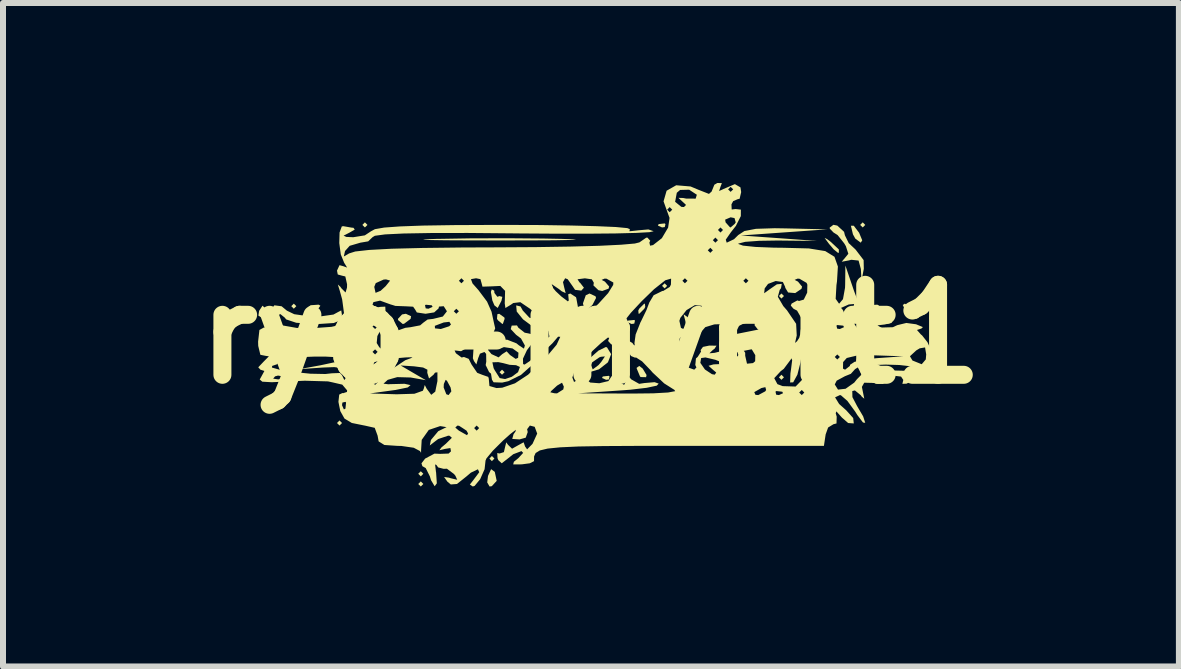
<source format=kicad_pcb>
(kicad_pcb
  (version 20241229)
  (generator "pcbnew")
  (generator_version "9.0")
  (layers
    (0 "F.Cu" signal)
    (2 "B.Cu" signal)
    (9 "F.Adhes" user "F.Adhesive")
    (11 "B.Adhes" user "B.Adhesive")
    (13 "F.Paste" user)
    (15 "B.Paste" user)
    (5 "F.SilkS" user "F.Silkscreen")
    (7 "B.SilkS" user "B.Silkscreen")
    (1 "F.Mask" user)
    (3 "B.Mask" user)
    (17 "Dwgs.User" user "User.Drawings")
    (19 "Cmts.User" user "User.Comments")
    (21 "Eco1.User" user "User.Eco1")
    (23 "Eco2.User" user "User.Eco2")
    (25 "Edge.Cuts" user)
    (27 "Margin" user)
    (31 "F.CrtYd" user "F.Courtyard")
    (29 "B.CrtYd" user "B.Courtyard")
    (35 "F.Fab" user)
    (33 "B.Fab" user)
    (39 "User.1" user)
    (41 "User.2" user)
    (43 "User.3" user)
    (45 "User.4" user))
  (footprint "ryo-invert1"
    (layer "F.Cu")
    (at 6.8 2.519)
    (property "Reference" "ryo-invert1" (at 0 0 0) (layer "F.SilkS") (effects (font (size 1.5 1.5) (thickness 0.3))))
    (attr board_only exclude_from_pos_files exclude_from_bom)
    (fp_poly (pts (xy -4.911 -0.466) (xy -4.953 -0.423) (xy -4.995 -0.466) (xy -4.953 -0.508)) (stroke (width 0) (type solid)) (fill yes) (layer "F.SilkS"))
    (fp_poly (pts (xy -4.149 1.482) (xy -4.191 1.524) (xy -4.233 1.482) (xy -4.191 1.439)) (stroke (width 0) (type solid)) (fill yes) (layer "F.SilkS"))
    (fp_poly (pts (xy -3.725 -1.82) (xy -3.768 -1.778) (xy -3.81 -1.82) (xy -3.768 -1.863)) (stroke (width 0) (type solid)) (fill yes) (layer "F.SilkS"))
    (fp_poly (pts (xy -3.302 -0.212) (xy -3.344 -0.169) (xy -3.387 -0.212) (xy -3.344 -0.254)) (stroke (width 0) (type solid)) (fill yes) (layer "F.SilkS"))
    (fp_poly (pts (xy -2.794 2.328) (xy -2.836 2.371) (xy -2.879 2.328) (xy -2.836 2.286)) (stroke (width 0) (type solid)) (fill yes) (layer "F.SilkS"))
    (fp_poly (pts (xy -2.794 2.498) (xy -2.836 2.54) (xy -2.879 2.498) (xy -2.836 2.455)) (stroke (width 0) (type solid)) (fill yes) (layer "F.SilkS"))
    (fp_poly (pts (xy -1.609 2.074) (xy -1.651 2.117) (xy -1.693 2.074) (xy -1.651 2.032)) (stroke (width 0) (type solid)) (fill yes) (layer "F.SilkS"))
    (fp_poly (pts (xy -1.439 0.635) (xy -1.482 0.677) (xy -1.524 0.635) (xy -1.482 0.593)) (stroke (width 0) (type solid)) (fill yes) (layer "F.SilkS"))
    (fp_poly (pts (xy 1.27 -0.804) (xy 1.228 -0.762) (xy 1.185 -0.804) (xy 1.228 -0.847)) (stroke (width 0) (type solid)) (fill yes) (layer "F.SilkS"))
    (fp_poly (pts (xy 3.217 -0.635) (xy 3.175 -0.593) (xy 3.133 -0.635) (xy 3.175 -0.677)) (stroke (width 0) (type solid)) (fill yes) (layer "F.SilkS"))
    (fp_poly (pts (xy 3.217 0.72) (xy 3.175 0.762) (xy 3.133 0.72) (xy 3.175 0.677)) (stroke (width 0) (type solid)) (fill yes) (layer "F.SilkS"))
    (fp_poly (pts (xy 4.572 -1.82) (xy 4.53 -1.778) (xy 4.487 -1.82) (xy 4.53 -1.863)) (stroke (width 0) (type solid)) (fill yes) (layer "F.SilkS"))
    (fp_poly (pts (xy 5.927 0.381) (xy 5.884 0.423) (xy 5.842 0.381) (xy 5.884 0.339)) (stroke (width 0) (type solid)) (fill yes) (layer "F.SilkS"))
    (fp_poly (pts (xy -4.939 0.452) (xy -4.951 0.502) (xy -4.995 0.508) (xy -5.065 0.477) (xy -5.052 0.452) (xy -4.951 0.441)) (stroke (width 0) (type solid)) (fill yes) (layer "F.SilkS"))
    (fp_poly (pts (xy -4.51 -0.474) (xy -4.536 -0.436) (xy -4.621 -0.43) (xy -4.712 -0.451) (xy -4.673 -0.481) (xy -4.54 -0.491)) (stroke (width 0) (type solid)) (fill yes) (layer "F.SilkS"))
    (fp_poly (pts (xy -3.415 0.536) (xy -3.427 0.587) (xy -3.471 0.593) (xy -3.541 0.562) (xy -3.528 0.536) (xy -3.427 0.526)) (stroke (width 0) (type solid)) (fill yes) (layer "F.SilkS"))
    (fp_poly (pts (xy 0.31 0.706) (xy 0.299 0.756) (xy 0.254 0.762) (xy 0.184 0.731) (xy 0.198 0.706) (xy 0.298 0.695)) (stroke (width 0) (type solid)) (fill yes) (layer "F.SilkS"))
    (fp_poly (pts (xy 0.734 -0.226) (xy 0.722 -0.175) (xy 0.677 -0.169) (xy 0.608 -0.2) (xy 0.621 -0.226) (xy 0.721 -0.236)) (stroke (width 0) (type solid)) (fill yes) (layer "F.SilkS"))
    (fp_poly (pts (xy 1.242 -1.834) (xy 1.23 -1.784) (xy 1.185 -1.778) (xy 1.116 -1.809) (xy 1.129 -1.834) (xy 1.229 -1.845)) (stroke (width 0) (type solid)) (fill yes) (layer "F.SilkS"))
    (fp_poly (pts (xy 4.803 -0.474) (xy 4.778 -0.436) (xy 4.692 -0.43) (xy 4.602 -0.451) (xy 4.641 -0.481) (xy 4.773 -0.491)) (stroke (width 0) (type solid)) (fill yes) (layer "F.SilkS"))
    (fp_poly (pts (xy -1.603 2.296) (xy -1.571 2.446) (xy -1.653 2.535) (xy -1.69 2.54) (xy -1.729 2.472) (xy -1.716 2.364) (xy -1.664 2.251)) (stroke (width 0) (type solid)) (fill yes) (layer "F.SilkS"))
    (fp_poly (pts (xy 2.704 -0.014) (xy 2.74 0.043) (xy 2.772 0.152) (xy 2.714 0.141) (xy 2.637 0.094) (xy 2.575 0.007) (xy 2.607 -0.031)) (stroke (width 0) (type solid)) (fill yes) (layer "F.SilkS"))
    (fp_poly (pts (xy 4.47 -1.689) (xy 4.522 -1.563) (xy 4.497 -1.524) (xy 4.406 -1.592) (xy 4.367 -1.663) (xy 4.333 -1.806) (xy 4.38 -1.807)) (stroke (width 0) (type solid)) (fill yes) (layer "F.SilkS"))
    (fp_poly (pts (xy -2.998 -0.298) (xy -3.006 -0.254) (xy -3.114 -0.173) (xy -3.138 -0.169) (xy -3.215 -0.234) (xy -3.217 -0.254) (xy -3.148 -0.328) (xy -3.085 -0.339)) (stroke (width 0) (type solid)) (fill yes) (layer "F.SilkS"))
    (fp_poly (pts (xy -1.443 -0.277) (xy -1.439 -0.254) (xy -1.468 -0.172) (xy -1.477 -0.169) (xy -1.549 -0.229) (xy -1.566 -0.254) (xy -1.56 -0.332) (xy -1.529 -0.339)) (stroke (width 0) (type solid)) (fill yes) (layer "F.SilkS"))
    (fp_poly (pts (xy 0.076 -0.631) (xy 0.085 -0.603) (xy 0.027 -0.49) (xy -0.024 -0.438) (xy -0.11 -0.404) (xy -0.133 -0.513) (xy -0.086 -0.648) (xy -0.024 -0.677)) (stroke (width 0) (type solid)) (fill yes) (layer "F.SilkS"))
    (fp_poly (pts (xy 0.862 0.574) (xy 0.927 0.682) (xy 0.919 0.718) (xy 0.83 0.716) (xy 0.818 0.706) (xy 0.763 0.575) (xy 0.762 0.562) (xy 0.805 0.53)) (stroke (width 0) (type solid)) (fill yes) (layer "F.SilkS"))
    (fp_poly (pts (xy 0.905 -0.453) (xy 0.889 -0.423) (xy 0.809 -0.342) (xy 0.794 -0.339) (xy 0.789 -0.393) (xy 0.804 -0.423) (xy 0.884 -0.504) (xy 0.899 -0.508)) (stroke (width 0) (type solid)) (fill yes) (layer "F.SilkS"))
    (fp_poly (pts (xy 3.939 -1.582) (xy 4 -1.535) (xy 4.132 -1.411) (xy 4.132 -1.356) (xy 4.117 -1.355) (xy 4.046 -1.413) (xy 3.969 -1.503) (xy 3.895 -1.603)) (stroke (width 0) (type solid)) (fill yes) (layer "F.SilkS"))
    (fp_poly (pts (xy 5.871 0.656) (xy 5.874 0.715) (xy 5.788 0.795) (xy 5.665 0.818) (xy 5.59 0.772) (xy 5.588 0.758) (xy 5.658 0.69) (xy 5.751 0.654)) (stroke (width 0) (type solid)) (fill yes) (layer "F.SilkS"))
    (fp_poly (pts (xy 5.874 -0.409) (xy 5.809 -0.289) (xy 5.795 -0.276) (xy 5.681 -0.222) (xy 5.636 -0.245) (xy 5.652 -0.353) (xy 5.708 -0.418) (xy 5.83 -0.469)) (stroke (width 0) (type solid)) (fill yes) (layer "F.SilkS"))
    (fp_poly (pts (xy -1.612 -0.724) (xy -1.609 -0.686) (xy -1.56 -0.622) (xy -1.525 -0.634) (xy -1.477 -0.621) (xy -1.492 -0.555) (xy -1.554 -0.436) (xy -1.609 -0.479) (xy -1.644 -0.562) (xy -1.668 -0.703) (xy -1.653 -0.746)) (stroke (width 0) (type solid)) (fill yes) (layer "F.SilkS"))
    (fp_poly (pts (xy 5.901 -0.153) (xy 5.893 -0.043) (xy 5.85 0.144) (xy 5.8 0.233) (xy 5.768 0.237) (xy 5.787 0.198) (xy 5.777 0.089) (xy 5.737 0.064) (xy 5.688 0.003) (xy 5.774 -0.113) (xy 5.876 -0.201)) (stroke (width 0) (type solid)) (fill yes) (layer "F.SilkS"))
    (fp_poly (pts (xy 5.547 -0.446) (xy 5.534 -0.381) (xy 5.457 -0.269) (xy 5.42 -0.254) (xy 5.318 -0.312) (xy 5.249 -0.381) (xy 5.197 -0.485) (xy 5.232 -0.508) (xy 5.34 -0.442) (xy 5.363 -0.402) (xy 5.401 -0.34) (xy 5.412 -0.402) (xy 5.47 -0.501) (xy 5.501 -0.508)) (stroke (width 0) (type solid)) (fill yes) (layer "F.SilkS"))
    (fp_poly (pts (xy -0.793 -1.593) (xy -0.487 -1.587) (xy -0.288 -1.58) (xy -0.248 -1.574) (xy -0.358 -1.569) (xy -0.608 -1.564) (xy -0.988 -1.562) (xy -1.489 -1.561) (xy -1.524 -1.561) (xy -2.032 -1.562) (xy -2.42 -1.564) (xy -2.678 -1.568) (xy -2.798 -1.574) (xy -2.767 -1.58) (xy -2.578 -1.587) (xy -2.561 -1.587) (xy -2.015 -1.596) (xy -1.395 -1.598)) (stroke (width 0) (type solid)) (fill yes) (layer "F.SilkS"))
    (fp_poly (pts (xy 0.267 0.22) (xy 0.337 0.334) (xy 0.283 0.47) (xy 0.134 0.587) (xy -0.042 0.639) (xy -0.273 0.665) (xy -0.132 0.517) (xy 0 0.517) (xy 0.03 0.588) (xy 0.126 0.516) (xy 0.171 0.464) (xy 0.233 0.372) (xy 0.166 0.378) (xy 0.139 0.388) (xy 0.02 0.471) (xy 0 0.517) (xy -0.132 0.517) (xy -0.039 0.42) (xy 0.124 0.276) (xy 0.246 0.216)) (stroke (width 0) (type solid)) (fill yes) (layer "F.SilkS"))
    (fp_poly (pts (xy 4.106 -1.809) (xy 4.219 -1.705) (xy 4.233 -1.647) (xy 4.297 -1.516) (xy 4.41 -1.41) (xy 4.545 -1.234) (xy 4.548 -1.088) (xy 4.51 -0.889) (xy 4.499 -1.085) (xy 4.461 -1.226) (xy 4.34 -1.239) (xy 4.297 -1.228) (xy 4.18 -1.206) (xy 4.217 -1.251) (xy 4.22 -1.253) (xy 4.29 -1.339) (xy 4.249 -1.466) (xy 4.221 -1.513) (xy 4.112 -1.65) (xy 4.044 -1.693) (xy 3.981 -1.758) (xy 3.979 -1.775) (xy 4.041 -1.822)) (stroke (width 0) (type solid)) (fill yes) (layer "F.SilkS"))
    (fp_poly (pts (xy -1.209 -0.106) (xy -1.105 -0.024) (xy -0.945 0.01) (xy -0.827 0.027) (xy -0.854 0.055) (xy -0.856 0.056) (xy -0.964 0.132) (xy -1.067 0.268) (xy -1.133 0.409) (xy -1.131 0.499) (xy -1.106 0.508) (xy -1.009 0.442) (xy -0.987 0.402) (xy -0.947 0.356) (xy -0.938 0.389) (xy -1 0.532) (xy -1.166 0.68) (xy -1.378 0.785) (xy -1.48 0.808) (xy -1.623 0.803) (xy -1.65 0.76) (xy -1.666 0.659) (xy -1.698 0.632) (xy -1.755 0.516) (xy -1.747 0.47) (xy -1.643 0.47) (xy -1.622 0.568) (xy -1.605 0.6) (xy -1.521 0.733) (xy -1.431 0.749) (xy -1.319 0.711) (xy -1.215 0.634) (xy -1.184 0.548) (xy -1.248 0.518) (xy -1.249 0.518) (xy -1.355 0.512) (xy -1.465 0.483) (xy -1.544 0.467) (xy -1.643 0.47) (xy -1.747 0.47) (xy -1.745 0.46) (xy -1.747 0.33) (xy -1.775 0.298) (xy -1.85 0.326) (xy -1.88 0.401) (xy -1.91 0.505) (xy -1.95 0.449) (xy -1.968 0.403) (xy -1.958 0.251) (xy -1.849 0.162) (xy -1.735 0.119) (xy -1.725 0.151) (xy -1.713 0.267) (xy -1.658 0.333) (xy -1.54 0.388) (xy -1.479 0.334) (xy -1.405 0.287) (xy -1.349 0.348) (xy -1.255 0.413) (xy -1.214 0.395) (xy -1.208 0.31) (xy -1.307 0.239) (xy -1.448 0.217) (xy -1.495 0.229) (xy -1.595 0.217) (xy -1.609 0.178) (xy -1.544 0.1) (xy -1.397 0.093) (xy -1.241 0.154) (xy -1.202 0.186) (xy -1.117 0.242) (xy -1.101 0.19) (xy -1.166 0.073) (xy -1.248 0.011) (xy -1.337 -0.084) (xy -1.321 -0.142) (xy -1.233 -0.145)) (stroke (width 0) (type solid)) (fill yes) (layer "F.SilkS"))
    (fp_poly (pts (xy 2.182 -2.517) (xy 2.158 -2.453) (xy 2.136 -2.385) (xy 2.197 -2.413) (xy 2.286 -2.413) (xy 2.328 -2.371) (xy 2.371 -2.413) (xy 2.328 -2.455) (xy 2.286 -2.413) (xy 2.197 -2.413) (xy 2.209 -2.419) (xy 2.399 -2.5) (xy 2.492 -2.446) (xy 2.504 -2.367) (xy 2.478 -2.256) (xy 2.446 -2.249) (xy 2.371 -2.217) (xy 2.342 -2.163) (xy 2.346 -2.077) (xy 2.411 -2.085) (xy 2.499 -2.075) (xy 2.498 -1.967) (xy 2.416 -1.804) (xy 2.332 -1.697) (xy 2.247 -1.574) (xy 2.263 -1.524) (xy 2.385 -1.582) (xy 2.455 -1.651) (xy 2.558 -1.718) (xy 2.75 -1.755) (xy 3.063 -1.765) (xy 3.249 -1.762) (xy 3.937 -1.746) (xy 3.217 -1.695) (xy 2.498 -1.644) (xy 3.133 -1.599) (xy 3.768 -1.553) (xy 3.111 -1.56) (xy 2.802 -1.555) (xy 2.571 -1.538) (xy 2.46 -1.51) (xy 2.455 -1.503) (xy 2.534 -1.475) (xy 2.743 -1.453) (xy 3.047 -1.441) (xy 3.214 -1.439) (xy 3.632 -1.428) (xy 3.905 -1.384) (xy 4.059 -1.289) (xy 4.116 -1.127) (xy 4.101 -0.879) (xy 4.092 -0.816) (xy 4.079 -0.588) (xy 4.135 -0.508) (xy 4.138 -0.508) (xy 4.201 -0.583) (xy 4.235 -0.772) (xy 4.237 -0.826) (xy 4.241 -1.143) (xy 4.385 -0.72) (xy 4.479 -0.472) (xy 4.565 -0.35) (xy 4.677 -0.315) (xy 4.756 -0.32) (xy 4.942 -0.308) (xy 5.036 -0.256) (xy 5.009 -0.186) (xy 4.894 -0.16) (xy 4.776 -0.146) (xy 4.82 -0.119) (xy 4.851 -0.11) (xy 5.033 -0.115) (xy 5.105 -0.149) (xy 5.257 -0.186) (xy 5.419 -0.164) (xy 5.533 -0.117) (xy 5.508 -0.093) (xy 5.434 -0.069) (xy 5.5 0.006) (xy 5.519 0.021) (xy 5.609 0.135) (xy 5.684 0.296) (xy 5.729 0.453) (xy 5.728 0.553) (xy 5.682 0.556) (xy 5.574 0.574) (xy 5.488 0.655) (xy 5.378 0.762) (xy 5.262 0.826) (xy 5.191 0.829) (xy 5.206 0.764) (xy 5.169 0.708) (xy 4.982 0.685) (xy 4.894 0.686) (xy 4.683 0.695) (xy 4.624 0.715) (xy 4.701 0.754) (xy 4.741 0.769) (xy 4.883 0.821) (xy 4.867 0.831) (xy 4.718 0.814) (xy 4.555 0.81) (xy 4.516 0.88) (xy 4.533 0.964) (xy 4.556 1.077) (xy 4.513 1.041) (xy 4.497 1.018) (xy 4.4 0.939) (xy 4.356 0.949) (xy 4.358 1.05) (xy 4.436 1.199) (xy 4.537 1.371) (xy 4.572 1.479) (xy 4.534 1.473) (xy 4.441 1.35) (xy 4.404 1.291) (xy 4.274 1.113) (xy 4.167 1.02) (xy 4.15 1.016) (xy 4.069 1.054) (xy 4.137 1.165) (xy 4.255 1.27) (xy 4.371 1.399) (xy 4.381 1.489) (xy 4.287 1.482) (xy 4.183 1.391) (xy 4.091 1.288) (xy 4.08 1.319) (xy 4.096 1.375) (xy 4.093 1.489) (xy 4.042 1.502) (xy 3.953 1.557) (xy 3.912 1.672) (xy 3.883 1.863) (xy 1.476 1.863) (xy 0.77 1.863) (xy 0.215 1.866) (xy -0.207 1.873) (xy -0.513 1.887) (xy -0.722 1.908) (xy -0.852 1.939) (xy -0.922 1.982) (xy -0.948 2.039) (xy -0.949 2.111) (xy -0.948 2.117) (xy -1.019 2.153) (xy -1.154 2.171) (xy -1.296 2.172) (xy -1.285 2.128) (xy -1.211 2.068) (xy -1.13 1.98) (xy -1.158 1.95) (xy -1.295 2.002) (xy -1.383 2.072) (xy -1.487 2.153) (xy -1.544 2.101) (xy -1.557 2.068) (xy -1.562 1.982) (xy -1.523 1.99) (xy -1.451 1.967) (xy -1.433 1.889) (xy -1.412 1.804) (xy -1.382 1.845) (xy -1.315 1.91) (xy -1.219 1.856) (xy -1.122 1.803) (xy -1.098 1.873) (xy -1.064 1.921) (xy -0.974 1.829) (xy -0.896 1.658) (xy -0.938 1.545) (xy -1.018 1.524) (xy -1.064 1.585) (xy -1.054 1.633) (xy -1.087 1.726) (xy -1.19 1.755) (xy -1.312 1.747) (xy -1.29 1.668) (xy -1.259 1.625) (xy -1.251 1.594) (xy -1.343 1.665) (xy -1.46 1.769) (xy -1.636 1.944) (xy -1.742 2.072) (xy -1.757 2.108) (xy -1.773 2.252) (xy -1.847 2.419) (xy -1.939 2.53) (xy -1.97 2.54) (xy -2.018 2.507) (xy -1.964 2.438) (xy -1.862 2.302) (xy -1.884 2.253) (xy -2.001 2.309) (xy -2.075 2.372) (xy -2.233 2.498) (xy -2.336 2.506) (xy -2.393 2.459) (xy -2.448 2.381) (xy -2.366 2.393) (xy -2.338 2.402) (xy -2.229 2.428) (xy -2.259 2.361) (xy -2.284 2.331) (xy -2.4 2.244) (xy -2.458 2.245) (xy -2.547 2.222) (xy -2.576 2.181) (xy -2.598 2.172) (xy -2.583 2.299) (xy -2.581 2.307) (xy -2.569 2.487) (xy -2.605 2.536) (xy -2.665 2.436) (xy -2.685 2.371) (xy -2.754 2.233) (xy -2.81 2.201) (xy -2.825 2.154) (xy -2.764 2.075) (xy -2.608 1.992) (xy -2.513 1.996) (xy -2.373 1.991) (xy -2.333 1.954) (xy -2.343 1.899) (xy -2.43 1.913) (xy -2.526 1.936) (xy -2.492 1.889) (xy -2.418 1.827) (xy -2.318 1.728) (xy -2.358 1.694) (xy -2.38 1.693) (xy -2.547 1.749) (xy -2.613 1.799) (xy -2.686 1.856) (xy -2.669 1.772) (xy -2.665 1.762) (xy -2.545 1.618) (xy -2.469 1.581) (xy -2.422 1.558) (xy -2.261 1.558) (xy -2.201 1.609) (xy -2.066 1.685) (xy -2.048 1.656) (xy -2.074 1.609) (xy -2.139 1.566) (xy -1.947 1.566) (xy -1.905 1.609) (xy -1.863 1.566) (xy -1.905 1.524) (xy -1.947 1.566) (xy -2.139 1.566) (xy -2.198 1.528) (xy -2.227 1.525) (xy -2.261 1.558) (xy -2.422 1.558) (xy -2.406 1.551) (xy -2.507 1.534) (xy -2.516 1.534) (xy -2.703 1.597) (xy -2.821 1.763) (xy -2.831 1.928) (xy -2.832 1.978) (xy -2.85 1.949) (xy -2.954 1.894) (xy -3.161 1.864) (xy -3.224 1.863) (xy -3.443 1.848) (xy -3.539 1.788) (xy -3.556 1.693) (xy -3.604 1.562) (xy -3.772 1.524) (xy -3.774 1.524) (xy -3.986 1.481) (xy -4.108 1.408) (xy -4.178 1.283) (xy -4.198 1.185) (xy -4.149 1.185) (xy -4.118 1.255) (xy -4.092 1.242) (xy -4.082 1.141) (xy -4.092 1.129) (xy -4.143 1.141) (xy -4.149 1.185) (xy -4.198 1.185) (xy -4.209 1.129) (xy -4.196 1.008) (xy -4.157 0.989) (xy -3.683 0.989) (xy -3.239 1.003) (xy -2.942 0.994) (xy -2.802 0.944) (xy -2.787 0.91) (xy -2.77 0.848) (xy -2.738 0.91) (xy -2.662 1.012) (xy -2.595 0.959) (xy -2.581 0.889) (xy -2.455 0.889) (xy -2.411 1.002) (xy -2.373 1.016) (xy -2.339 0.97) (xy -0.677 0.97) (xy -0.609 0.986) (xy -0.564 0.988) (xy -0.564 0.987) (xy -0.212 0.987) (xy 0.677 0.991) (xy 1.039 0.987) (xy 1.288 0.973) (xy 1.319 0.967) (xy 2.722 0.967) (xy 2.742 1.012) (xy 2.789 1.016) (xy 2.894 0.96) (xy 3.076 0.96) (xy 3.088 1.01) (xy 3.133 1.016) (xy 3.202 0.985) (xy 3.196 0.974) (xy 3.471 0.974) (xy 3.514 1.016) (xy 3.556 0.974) (xy 3.514 0.931) (xy 3.471 0.974) (xy 3.196 0.974) (xy 3.189 0.96) (xy 3.089 0.949) (xy 3.076 0.96) (xy 2.894 0.96) (xy 2.904 0.955) (xy 2.92 0.932) (xy 2.907 0.884) (xy 2.841 0.899) (xy 2.722 0.967) (xy 1.319 0.967) (xy 1.404 0.951) (xy 1.39 0.929) (xy 1.22 0.821) (xy 1.128 0.734) (xy 3.055 0.734) (xy 3.108 0.834) (xy 3.196 0.867) (xy 3.411 0.874) (xy 3.445 0.839) (xy 4.064 0.839) (xy 4.118 0.925) (xy 4.244 0.911) (xy 4.388 0.809) (xy 4.433 0.753) (xy 4.538 0.646) (xy 4.69 0.601) (xy 4.945 0.602) (xy 4.988 0.605) (xy 5.232 0.611) (xy 5.388 0.593) (xy 5.419 0.572) (xy 5.342 0.538) (xy 5.142 0.515) (xy 4.911 0.508) (xy 4.643 0.519) (xy 4.459 0.549) (xy 4.403 0.583) (xy 4.332 0.662) (xy 4.233 0.702) (xy 4.096 0.776) (xy 4.064 0.839) (xy 3.445 0.839) (xy 3.52 0.761) (xy 3.538 0.575) (xy 4.201 0.575) (xy 4.236 0.593) (xy 4.316 0.53) (xy 4.318 0.512) (xy 4.394 0.462) (xy 4.591 0.419) (xy 4.763 0.401) (xy 5.207 0.37) (xy 5.177 0.369) (xy 5.317 0.369) (xy 5.359 0.44) (xy 5.513 0.502) (xy 5.581 0.422) (xy 5.588 0.338) (xy 5.569 0.222) (xy 5.48 0.237) (xy 5.422 0.272) (xy 5.317 0.369) (xy 5.177 0.369) (xy 4.729 0.354) (xy 4.43 0.358) (xy 4.264 0.398) (xy 4.203 0.466) (xy 4.201 0.575) (xy 3.538 0.575) (xy 3.543 0.52) (xy 3.536 0.381) (xy 4.064 0.381) (xy 4.106 0.423) (xy 4.149 0.381) (xy 4.106 0.339) (xy 4.064 0.381) (xy 3.536 0.381) (xy 3.533 0.332) (xy 3.521 0.305) (xy 3.499 0.431) (xy 3.494 0.466) (xy 3.441 0.676) (xy 3.371 0.804) (xy 3.32 0.806) (xy 3.325 0.655) (xy 3.334 0.593) (xy 3.354 0.434) (xy 3.341 0.403) (xy 3.331 0.423) (xy 3.214 0.579) (xy 3.163 0.618) (xy 3.055 0.734) (xy 1.128 0.734) (xy 1.029 0.642) (xy 0.997 0.605) (xy 0.852 0.454) (xy 0.751 0.389) (xy 0.736 0.393) (xy 0.668 0.365) (xy 0.654 0.344) (xy 1.397 0.344) (xy 1.476 0.448) (xy 1.612 0.553) (xy 1.722 0.593) (xy 1.758 0.556) (xy 1.739 0.514) (xy 1.743 0.479) (xy 1.823 0.479) (xy 1.9 0.59) (xy 2.017 0.668) (xy 2.064 0.676) (xy 2.088 0.64) (xy 2.032 0.593) (xy 1.969 0.536) (xy 2.314 0.536) (xy 2.326 0.587) (xy 2.371 0.593) (xy 2.44 0.562) (xy 2.427 0.536) (xy 2.327 0.526) (xy 2.314 0.536) (xy 1.969 0.536) (xy 1.96 0.528) (xy 2.042 0.505) (xy 2.074 0.503) (xy 2.244 0.496) (xy 2.074 0.428) (xy 1.909 0.389) (xy 1.837 0.399) (xy 1.823 0.479) (xy 1.743 0.479) (xy 1.75 0.405) (xy 1.778 0.381) (xy 1.805 0.339) (xy 2.328 0.339) (xy 2.335 0.417) (xy 2.366 0.423) (xy 2.452 0.362) (xy 2.455 0.339) (xy 2.426 0.256) (xy 2.418 0.254) (xy 2.346 0.313) (xy 2.328 0.339) (xy 1.805 0.339) (xy 1.835 0.291) (xy 1.828 0.266) (xy 1.867 0.213) (xy 1.973 0.191) (xy 2.093 0.193) (xy 2.06 0.244) (xy 2.031 0.265) (xy 1.974 0.32) (xy 2.061 0.312) (xy 2.117 0.298) (xy 2.383 0.239) (xy 2.524 0.242) (xy 2.571 0.311) (xy 2.571 0.36) (xy 2.601 0.493) (xy 2.701 0.483) (xy 2.737 0.452) (xy 2.739 0.351) (xy 2.697 0.281) (xy 2.648 0.2) (xy 2.734 0.216) (xy 2.735 0.217) (xy 2.838 0.214) (xy 2.856 0.092) (xy 2.818 -0.05) (xy 2.776 -0.085) (xy 2.727 -0.148) (xy 2.731 -0.18) (xy 2.683 -0.284) (xy 2.625 -0.313) (xy 2.541 -0.332) (xy 2.598 -0.281) (xy 2.625 -0.262) (xy 2.661 -0.208) (xy 2.567 -0.18) (xy 2.322 -0.171) (xy 2.317 -0.171) (xy 2.056 -0.162) (xy 1.906 -0.116) (xy 1.809 -0.005) (xy 1.741 0.127) (xy 1.645 0.316) (xy 1.58 0.418) (xy 1.572 0.423) (xy 1.54 0.362) (xy 1.576 0.218) (xy 1.658 0.056) (xy 1.72 -0.023) (xy 1.82 -0.165) (xy 1.787 -0.284) (xy 1.773 -0.302) (xy 1.716 -0.4) (xy 1.782 -0.423) (xy 1.852 -0.452) (xy 1.841 -0.473) (xy 1.732 -0.483) (xy 1.593 -0.4) (xy 1.49 -0.271) (xy 1.474 -0.221) (xy 1.5 -0.104) (xy 1.541 -0.085) (xy 1.587 -0.148) (xy 1.57 -0.233) (xy 1.544 -0.33) (xy 1.608 -0.286) (xy 1.625 -0.269) (xy 1.686 -0.165) (xy 1.608 -0.064) (xy 1.579 -0.042) (xy 1.476 0.078) (xy 1.474 0.156) (xy 1.461 0.254) (xy 1.429 0.272) (xy 1.397 0.344) (xy 0.654 0.344) (xy 0.597 0.261) (xy 0.551 0.125) (xy 0.583 0.085) (xy 0.692 0.148) (xy 0.706 0.171) (xy 0.731 0.191) (xy 0.725 0.15) (xy 0.728 0.127) (xy 1.27 0.127) (xy 1.312 0.169) (xy 1.355 0.127) (xy 1.312 0.085) (xy 1.27 0.127) (xy 0.728 0.127) (xy 0.745 0.006) (xy 0.826 -0.198) (xy 0.834 -0.212) (xy 0.925 -0.4) (xy 0.969 -0.517) (xy 0.97 -0.522) (xy 1.045 -0.648) (xy 1.113 -0.681) (xy 2.887 -0.681) (xy 2.964 -0.736) (xy 2.97 -0.741) (xy 3.099 -0.83) (xy 3.18 -0.837) (xy 3.168 -0.765) (xy 3.146 -0.736) (xy 3.115 -0.623) (xy 3.206 -0.467) (xy 3.268 -0.396) (xy 3.42 -0.172) (xy 3.43 0.023) (xy 3.402 0.147) (xy 3.435 0.119) (xy 3.472 0.062) (xy 3.527 -0.141) (xy 3.527 -0.141) (xy 4.092 -0.141) (xy 4.104 -0.091) (xy 4.149 -0.085) (xy 4.218 -0.116) (xy 4.205 -0.141) (xy 4.105 -0.151) (xy 4.092 -0.141) (xy 3.527 -0.141) (xy 3.513 -0.256) (xy 3.451 -0.365) (xy 4.101 -0.365) (xy 4.196 -0.309) (xy 4.222 -0.3) (xy 4.365 -0.218) (xy 4.403 -0.15) (xy 4.437 -0.098) (xy 4.457 -0.111) (xy 4.458 -0.211) (xy 4.415 -0.281) (xy 4.36 -0.405) (xy 4.375 -0.452) (xy 4.386 -0.502) (xy 4.297 -0.494) (xy 4.164 -0.435) (xy 4.159 -0.431) (xy 4.101 -0.365) (xy 3.451 -0.365) (xy 3.435 -0.392) (xy 3.376 -0.423) (xy 3.331 -0.476) (xy 3.345 -0.509) (xy 3.441 -0.562) (xy 3.468 -0.552) (xy 3.547 -0.575) (xy 3.604 -0.691) (xy 3.607 -0.824) (xy 3.594 -0.854) (xy 3.476 -0.923) (xy 3.445 -0.925) (xy 3.395 -0.904) (xy 3.451 -0.875) (xy 3.519 -0.792) (xy 3.509 -0.755) (xy 3.405 -0.684) (xy 3.286 -0.694) (xy 3.237 -0.775) (xy 3.239 -0.783) (xy 3.199 -0.869) (xy 3.079 -0.885) (xy 2.952 -0.837) (xy 2.896 -0.762) (xy 2.887 -0.681) (xy 1.113 -0.681) (xy 1.19 -0.719) (xy 1.206 -0.72) (xy 1.314 -0.787) (xy 1.333 -0.826) (xy 1.335 -0.889) (xy 1.524 -0.889) (xy 1.566 -0.847) (xy 1.609 -0.889) (xy 2.54 -0.889) (xy 2.582 -0.847) (xy 2.625 -0.889) (xy 2.582 -0.931) (xy 2.54 -0.889) (xy 1.609 -0.889) (xy 1.566 -0.931) (xy 1.524 -0.889) (xy 1.335 -0.889) (xy 1.336 -0.925) (xy 1.239 -0.897) (xy 1.051 -0.748) (xy 0.847 -0.55) (xy 0.665 -0.355) (xy 0.557 -0.218) (xy 0.543 -0.169) (xy 0.558 -0.118) (xy 0.513 -0.048) (xy 0.46 0.078) (xy 0.508 0.253) (xy 0.546 0.33) (xy 0.625 0.499) (xy 0.618 0.555) (xy 0.556 0.541) (xy 0.461 0.554) (xy 0.446 0.67) (xy 0.488 0.808) (xy 0.553 0.846) (xy 0.593 0.761) (xy 0.594 0.741) (xy 0.618 0.689) (xy 0.67 0.753) (xy 0.804 0.829) (xy 0.888 0.816) (xy 1.061 0.801) (xy 1.129 0.825) (xy 1.097 0.859) (xy 0.928 0.895) (xy 0.654 0.927) (xy 0.508 0.938) (xy -0.212 0.987) (xy -0.564 0.987) (xy -0.461 0.922) (xy -0.452 0.876) (xy -0.482 0.81) (xy -0.564 0.858) (xy -0.661 0.947) (xy -0.677 0.97) (xy -2.339 0.97) (xy -2.327 0.954) (xy -2.34 0.889) (xy -2.4 0.778) (xy -2.422 0.762) (xy -2.452 0.831) (xy -2.455 0.889) (xy -2.581 0.889) (xy -2.559 0.783) (xy -2.559 0.637) (xy -2.599 0.642) (xy -2.624 0.677) (xy -2.699 0.739) (xy -2.728 0.645) (xy -2.726 0.593) (xy -2.797 0.557) (xy -2.948 0.537) (xy -3.172 0.523) (xy -2.962 0.646) (xy -2.752 0.768) (xy -3.006 0.723) (xy -3.229 0.717) (xy -3.387 0.762) (xy -3.458 0.826) (xy -3.377 0.836) (xy -3.344 0.834) (xy -3.107 0.828) (xy -3.007 0.85) (xy -3.053 0.889) (xy -3.258 0.931) (xy -3.26 0.931) (xy -3.683 0.989) (xy -4.157 0.989) (xy -4.138 0.981) (xy -4.131 0.985) (xy -4.067 0.964) (xy -4.064 0.938) (xy -4.145 0.842) (xy -4.309 0.804) (xy -3.641 0.804) (xy -3.598 0.847) (xy -3.556 0.804) (xy -3.598 0.762) (xy -3.641 0.804) (xy -4.309 0.804) (xy -4.383 0.788) (xy -4.77 0.777) (xy -5.022 0.788) (xy -5.321 0.802) (xy -5.478 0.793) (xy -5.521 0.756) (xy -5.513 0.742) (xy -5.297 0.742) (xy -5.214 0.755) (xy -5.104 0.74) (xy -5.103 0.711) (xy -5.216 0.691) (xy -5.265 0.704) (xy -5.297 0.742) (xy -5.513 0.742) (xy -5.494 0.708) (xy -5.443 0.614) (xy -5.509 0.593) (xy -5.542 0.557) (xy -5.318 0.557) (xy -5.185 0.595) (xy -4.974 0.63) (xy -4.676 0.66) (xy -4.426 0.665) (xy -4.318 0.653) (xy -4.183 0.648) (xy -4.149 0.685) (xy -4.113 0.761) (xy -4.106 0.762) (xy -4.068 0.694) (xy -4.064 0.645) (xy -4.113 0.574) (xy -4.278 0.55) (xy -4.466 0.557) (xy -4.868 0.585) (xy -4.527 0.523) (xy -3.633 0.523) (xy -3.602 0.587) (xy -3.481 0.672) (xy -3.32 0.596) (xy -3.279 0.558) (xy -3.094 0.435) (xy -2.998 0.4) (xy -2.975 0.385) (xy -3.093 0.389) (xy -3.217 0.4) (xy -3.482 0.432) (xy -3.61 0.468) (xy -3.633 0.523) (xy -4.527 0.523) (xy -4.51 0.52) (xy -4.236 0.461) (xy -4.13 0.417) (xy -4.191 0.388) (xy -4.42 0.375) (xy -4.615 0.375) (xy -4.895 0.386) (xy -5.093 0.409) (xy -5.165 0.438) (xy -5.234 0.503) (xy -5.313 0.53) (xy -5.318 0.557) (xy -5.542 0.557) (xy -5.546 0.554) (xy -5.456 0.459) (xy -5.368 0.37) (xy -5.419 0.363) (xy -5.51 0.345) (xy -5.522 0.296) (xy -3.641 0.296) (xy -3.598 0.339) (xy -3.556 0.296) (xy -3.598 0.254) (xy -3.641 0.296) (xy -5.522 0.296) (xy -5.546 0.196) (xy -5.548 0.126) (xy -5.526 -0.069) (xy -5.45 -0.111) (xy -5.442 -0.108) (xy -5.345 -0.123) (xy -5.334 -0.16) (xy -5.402 -0.244) (xy -5.458 -0.254) (xy -5.543 -0.309) (xy -5.531 -0.388) (xy -5.474 -0.474) (xy -5.408 -0.409) (xy -5.348 -0.345) (xy -5.335 -0.402) (xy -5.277 -0.48) (xy -5.156 -0.464) (xy -5.068 -0.391) (xy -4.946 -0.332) (xy -4.73 -0.301) (xy -4.489 -0.298) (xy -4.292 -0.326) (xy -4.213 -0.369) (xy -4.162 -0.395) (xy -4.15 -0.318) (xy -4.177 -0.23) (xy -4.286 -0.185) (xy -4.515 -0.17) (xy -4.607 -0.169) (xy -4.912 -0.189) (xy -5.08 -0.245) (xy -5.104 -0.275) (xy -5.177 -0.334) (xy -5.211 -0.316) (xy -5.245 -0.218) (xy -5.135 -0.144) (xy -4.903 -0.103) (xy -4.606 -0.101) (xy -4.327 -0.121) (xy -4.3 -0.127) (xy -3.641 -0.127) (xy -3.598 -0.085) (xy -3.556 -0.127) (xy -3.598 -0.169) (xy -3.641 -0.127) (xy -4.3 -0.127) (xy -4.179 -0.155) (xy -4.121 -0.223) (xy -4.117 -0.296) (xy -3.641 -0.296) (xy -3.598 -0.254) (xy -3.556 -0.296) (xy -3.598 -0.339) (xy -3.641 -0.296) (xy -4.117 -0.296) (xy -4.115 -0.339) (xy -4.135 -0.491) (xy -3.641 -0.491) (xy -3.579 -0.441) (xy -3.513 -0.454) (xy -3.428 -0.458) (xy -3.423 -0.348) (xy -3.439 -0.273) (xy -3.502 -0.076) (xy -3.56 0.032) (xy -3.571 0.148) (xy -3.528 0.219) (xy -3.414 0.314) (xy -3.338 0.329) (xy -3.347 0.273) (xy -2.273 0.273) (xy -2.251 0.319) (xy -2.156 0.39) (xy -2.117 0.381) (xy -2.038 0.412) (xy -1.99 0.507) (xy -1.896 0.645) (xy -1.815 0.677) (xy -1.712 0.713) (xy -1.703 0.741) (xy -1.692 0.865) (xy -1.575 0.899) (xy -1.478 0.893) (xy -1.266 0.82) (xy -1.117 0.722) (xy -0.31 0.722) (xy -0.282 0.798) (xy -0.198 0.75) (xy -0.101 0.703) (xy -0.085 0.747) (xy -0.013 0.807) (xy 0.139 0.819) (xy 0.291 0.783) (xy 0.365 0.671) (xy 0.396 0.486) (xy 0.396 0.267) (xy 0.346 0.171) (xy 0.336 0.169) (xy 0.286 0.114) (xy 0.304 0.064) (xy 0.283 0.057) (xy 0.168 0.149) (xy 0.027 0.279) (xy -0.161 0.478) (xy -0.284 0.649) (xy -0.31 0.722) (xy -1.117 0.722) (xy -1.047 0.676) (xy -1.038 0.667) (xy -0.755 0.395) (xy -0.573 0.178) (xy -0.511 0.045) (xy -0.548 0.043) (xy -0.641 0.152) (xy -0.766 0.272) (xy -0.863 0.286) (xy -0.885 0.21) (xy -0.815 0.153) (xy -0.692 0.04) (xy -0.711 -0.054) (xy -0.834 -0.085) (xy -0.98 -0.133) (xy -1.132 -0.246) (xy -1.237 -0.376) (xy -1.246 -0.475) (xy -1.243 -0.478) (xy -1.174 -0.461) (xy -1.136 -0.393) (xy -1.025 -0.273) (xy -0.952 -0.254) (xy -0.891 -0.282) (xy -0.964 -0.377) (xy -1.016 -0.423) (xy -1.177 -0.532) (xy -1.295 -0.518) (xy -1.333 -0.491) (xy -1.426 -0.435) (xy -1.437 -0.512) (xy -1.437 -0.513) (xy -1.431 -0.721) (xy -1.511 -0.803) (xy -1.658 -0.796) (xy -1.808 -0.791) (xy -1.814 -0.813) (xy -0.668 -0.813) (xy -0.587 -0.715) (xy -0.493 -0.627) (xy -0.384 -0.545) (xy -0.368 -0.565) (xy -0.371 -0.572) (xy -0.379 -0.664) (xy -0.344 -0.677) (xy -0.249 -0.615) (xy -0.243 -0.593) (xy -0.213 -0.43) (xy -0.212 -0.423) (xy -0.181 -0.288) (xy -0.18 -0.28) (xy -0.12 -0.298) (xy 0.021 -0.409) (xy 0.124 -0.505) (xy 0.286 -0.683) (xy 0.371 -0.82) (xy 0.373 -0.86) (xy 0.259 -0.924) (xy 0.228 -0.925) (xy 0.178 -0.904) (xy 0.233 -0.875) (xy 0.303 -0.794) (xy 0.294 -0.758) (xy 0.188 -0.719) (xy 0.125 -0.732) (xy 0.041 -0.812) (xy 0.048 -0.856) (xy 0.015 -0.913) (xy -0.101 -0.93) (xy -0.224 -0.914) (xy -0.19 -0.861) (xy -0.181 -0.856) (xy -0.117 -0.773) (xy -0.161 -0.725) (xy -0.265 -0.738) (xy -0.306 -0.799) (xy -0.387 -0.914) (xy -0.43 -0.931) (xy -0.466 -0.867) (xy -0.447 -0.783) (xy -0.422 -0.684) (xy -0.486 -0.713) (xy -0.534 -0.751) (xy -0.654 -0.833) (xy -0.668 -0.813) (xy -1.814 -0.813) (xy -1.822 -0.844) (xy -1.842 -0.916) (xy -1.915 -0.931) (xy -2 -0.916) (xy -1.974 -0.845) (xy -1.875 -0.733) (xy -1.732 -0.542) (xy -1.657 -0.373) (xy -1.614 -0.174) (xy -1.596 -0.096) (xy -1.64 0.011) (xy -1.722 0.046) (xy -1.91 0.123) (xy -2.025 0.205) (xy -2.165 0.285) (xy -2.243 0.275) (xy -2.273 0.273) (xy -3.347 0.273) (xy -3.35 0.261) (xy -3.377 0.223) (xy -3.409 0.088) (xy -3.304 -0.031) (xy -3.093 -0.105) (xy -3.008 -0.115) (xy -2.889 -0.138) (xy -2.602 -0.138) (xy -2.6 -0.096) (xy -2.503 -0.085) (xy -2.362 -0.131) (xy -2.333 -0.161) (xy -2.36 -0.205) (xy -2.455 -0.194) (xy -2.602 -0.138) (xy -2.889 -0.138) (xy -2.847 -0.146) (xy -2.794 -0.191) (xy -2.723 -0.243) (xy -2.63 -0.254) (xy -2.469 -0.293) (xy -2.401 -0.38) (xy -2.401 -0.381) (xy -2.286 -0.381) (xy -2.244 -0.339) (xy -2.201 -0.381) (xy -2.244 -0.423) (xy -2.286 -0.381) (xy -2.401 -0.381) (xy -2.454 -0.465) (xy -2.533 -0.459) (xy -2.54 -0.428) (xy -2.613 -0.362) (xy -2.757 -0.339) (xy -2.902 -0.361) (xy -2.93 -0.409) (xy -2.964 -0.457) (xy -3.073 -0.463) (xy -3.26 -0.47) (xy -3.291 -0.48) (xy -2.766 -0.48) (xy -2.754 -0.429) (xy -2.709 -0.423) (xy -2.64 -0.454) (xy -2.653 -0.48) (xy -2.753 -0.49) (xy -2.766 -0.48) (xy -3.291 -0.48) (xy -3.344 -0.496) (xy -3.515 -0.558) (xy -3.626 -0.533) (xy -3.641 -0.491) (xy -4.135 -0.491) (xy -4.147 -0.579) (xy -4.186 -0.72) (xy -4.219 -0.827) (xy -4.177 -0.789) (xy -4.158 -0.762) (xy -4.09 -0.694) (xy -4.067 -0.773) (xy -4.066 -0.787) (xy -3.612 -0.787) (xy -3.59 -0.688) (xy -3.506 -0.722) (xy -3.422 -0.799) (xy -3.35 -0.889) (xy -2.201 -0.889) (xy -2.159 -0.847) (xy -2.117 -0.889) (xy -2.159 -0.931) (xy -2.201 -0.889) (xy -3.35 -0.889) (xy -3.348 -0.892) (xy -3.415 -0.912) (xy -3.456 -0.909) (xy -3.587 -0.85) (xy -3.612 -0.787) (xy -4.066 -0.787) (xy -4.065 -0.83) (xy -4.094 -0.961) (xy -4.149 -0.974) (xy -4.22 -0.994) (xy -4.233 -1.058) (xy -4.191 -1.149) (xy -4.128 -1.132) (xy -4.064 -1.109) (xy -4.114 -1.19) (xy -4.17 -1.329) (xy -4.195 -1.518) (xy -4.19 -1.694) (xy -4.153 -1.795) (xy -4.128 -1.799) (xy -3.99 -1.775) (xy -3.958 -1.772) (xy -3.937 -1.742) (xy -4.022 -1.693) (xy -4.123 -1.641) (xy -4.077 -1.62) (xy -3.962 -1.615) (xy -3.769 -1.646) (xy -3.666 -1.714) (xy -3.601 -1.749) (xy -3.446 -1.776) (xy -3.184 -1.795) (xy -2.803 -1.809) (xy -2.285 -1.817) (xy -1.618 -1.82) (xy -1.426 -1.82) (xy -0.846 -1.818) (xy -0.332 -1.81) (xy 0.095 -1.799) (xy 0.415 -1.785) (xy 0.605 -1.767) (xy 0.648 -1.75) (xy 0.642 -1.714) (xy 0.773 -1.728) (xy 0.778 -1.729) (xy 0.957 -1.745) (xy 1.045 -1.715) (xy 0.975 -1.699) (xy 0.756 -1.687) (xy 0.409 -1.678) (xy -0.043 -1.674) (xy -0.581 -1.674) (xy -1.184 -1.678) (xy -1.278 -1.679) (xy -2.052 -1.686) (xy -2.665 -1.685) (xy -3.122 -1.677) (xy -3.432 -1.662) (xy -3.602 -1.639) (xy -3.641 -1.615) (xy -3.713 -1.546) (xy -3.843 -1.524) (xy -4.021 -1.472) (xy -4.099 -1.385) (xy -4.119 -1.294) (xy -4.042 -1.338) (xy -4.034 -1.344) (xy -3.929 -1.377) (xy -3.751 -1.397) (xy 1.947 -1.397) (xy 1.99 -1.355) (xy 2.032 -1.397) (xy 1.99 -1.439) (xy 1.947 -1.397) (xy -3.751 -1.397) (xy -3.696 -1.403) (xy -3.326 -1.423) (xy -2.81 -1.436) (xy -2.14 -1.444) (xy -1.579 -1.446) (xy -0.92 -1.45) (xy -0.342 -1.459) (xy 0.139 -1.472) (xy 0.503 -1.49) (xy 0.732 -1.51) (xy 0.808 -1.529) (xy 0.921 -1.607) (xy 0.941 -1.609) (xy 0.988 -1.557) (xy 0.974 -1.525) (xy 0.986 -1.474) (xy 1.035 -1.484) (xy 1.14 -1.566) (xy 2.032 -1.566) (xy 2.074 -1.524) (xy 2.117 -1.566) (xy 2.074 -1.609) (xy 2.032 -1.566) (xy 1.14 -1.566) (xy 1.182 -1.599) (xy 1.263 -1.736) (xy 2.117 -1.736) (xy 2.159 -1.693) (xy 2.201 -1.736) (xy 2.159 -1.778) (xy 2.117 -1.736) (xy 1.263 -1.736) (xy 1.286 -1.774) (xy 1.306 -1.908) (xy 2.237 -1.908) (xy 2.244 -1.863) (xy 2.316 -1.782) (xy 2.328 -1.778) (xy 2.396 -1.837) (xy 2.413 -1.863) (xy 2.393 -1.934) (xy 2.328 -1.947) (xy 2.237 -1.908) (xy 1.306 -1.908) (xy 1.31 -1.938) (xy 1.297 -1.972) (xy 1.26 -2.074) (xy 1.27 -2.074) (xy 1.312 -2.032) (xy 1.355 -2.074) (xy 1.312 -2.117) (xy 1.27 -2.074) (xy 1.26 -2.074) (xy 1.213 -2.205) (xy 1.403 -2.205) (xy 1.507 -2.121) (xy 1.55 -2.118) (xy 1.585 -2.153) (xy 1.524 -2.21) (xy 1.458 -2.271) (xy 1.537 -2.269) (xy 1.587 -2.259) (xy 1.745 -2.258) (xy 1.765 -2.323) (xy 1.637 -2.407) (xy 1.486 -2.403) (xy 1.431 -2.356) (xy 1.403 -2.205) (xy 1.213 -2.205) (xy 1.21 -2.212) (xy 1.261 -2.39) (xy 1.421 -2.481) (xy 1.66 -2.461) (xy 1.792 -2.406) (xy 1.967 -2.337) (xy 2.012 -2.377) (xy 2.012 -2.379) (xy 2.057 -2.49) (xy 2.107 -2.519)) (stroke (width 0) (type solid)) (fill yes) (layer "F.SilkS")))
  (gr_rect
    (start -3 -3)
    (end 16.6 8.059)
    (stroke (width 0.1) (type default))
    (fill no)
    (layer "Edge.Cuts")))
</source>
